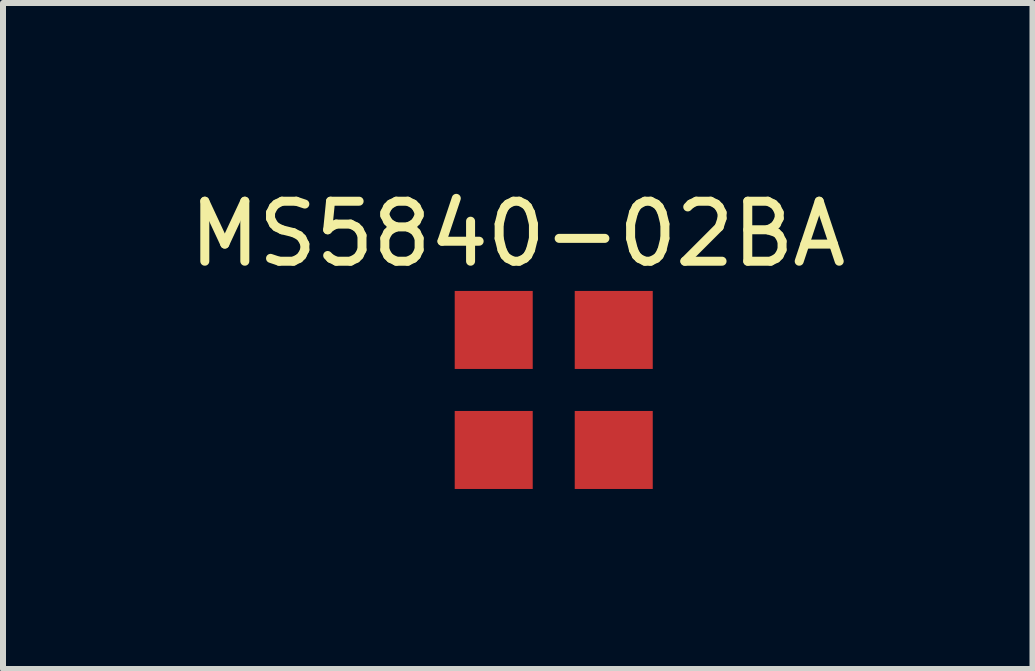
<source format=kicad_pcb>
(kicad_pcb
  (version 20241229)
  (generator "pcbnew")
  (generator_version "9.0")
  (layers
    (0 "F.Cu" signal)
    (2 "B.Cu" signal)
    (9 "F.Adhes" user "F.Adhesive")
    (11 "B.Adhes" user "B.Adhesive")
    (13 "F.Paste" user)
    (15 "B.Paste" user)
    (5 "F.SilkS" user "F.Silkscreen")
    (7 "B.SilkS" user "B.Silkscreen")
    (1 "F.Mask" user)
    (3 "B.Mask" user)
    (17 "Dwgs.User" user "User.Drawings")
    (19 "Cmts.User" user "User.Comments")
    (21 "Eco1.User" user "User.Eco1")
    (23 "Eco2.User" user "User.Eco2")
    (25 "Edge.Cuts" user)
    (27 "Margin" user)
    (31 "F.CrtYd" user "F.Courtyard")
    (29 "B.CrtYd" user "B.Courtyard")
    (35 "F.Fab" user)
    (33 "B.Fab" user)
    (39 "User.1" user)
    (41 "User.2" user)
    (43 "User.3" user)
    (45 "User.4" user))
  (footprint "MS5840-02BA"
    (layer "F.Cu")
    (at 5.177 2.448)
    (property "Reference" "MS5840-02BA" (at 0.4 -1.6 0) (layer "F.SilkS") (effects (font (size 1 1) (thickness 0.15))))
    (attr through_hole)
    (pad "1" smd rect (at 0 0) (size 1.3 1.3) (layers "F.Cu" "F.Mask" "F.Paste"))
    (pad "2" smd rect (at 0 2) (size 1.3 1.3) (layers "F.Cu" "F.Mask" "F.Paste"))
    (pad "3" smd rect (at 2 2) (size 1.3 1.3) (layers "F.Cu" "F.Mask" "F.Paste"))
    (pad "4" smd rect (at 2 0) (size 1.3 1.3) (layers "F.Cu" "F.Mask" "F.Paste")))
  (gr_rect
    (start -3 -3)
    (end 14.155 8.098)
    (stroke (width 0.1) (type default))
    (fill no)
    (layer "Edge.Cuts")))
</source>
